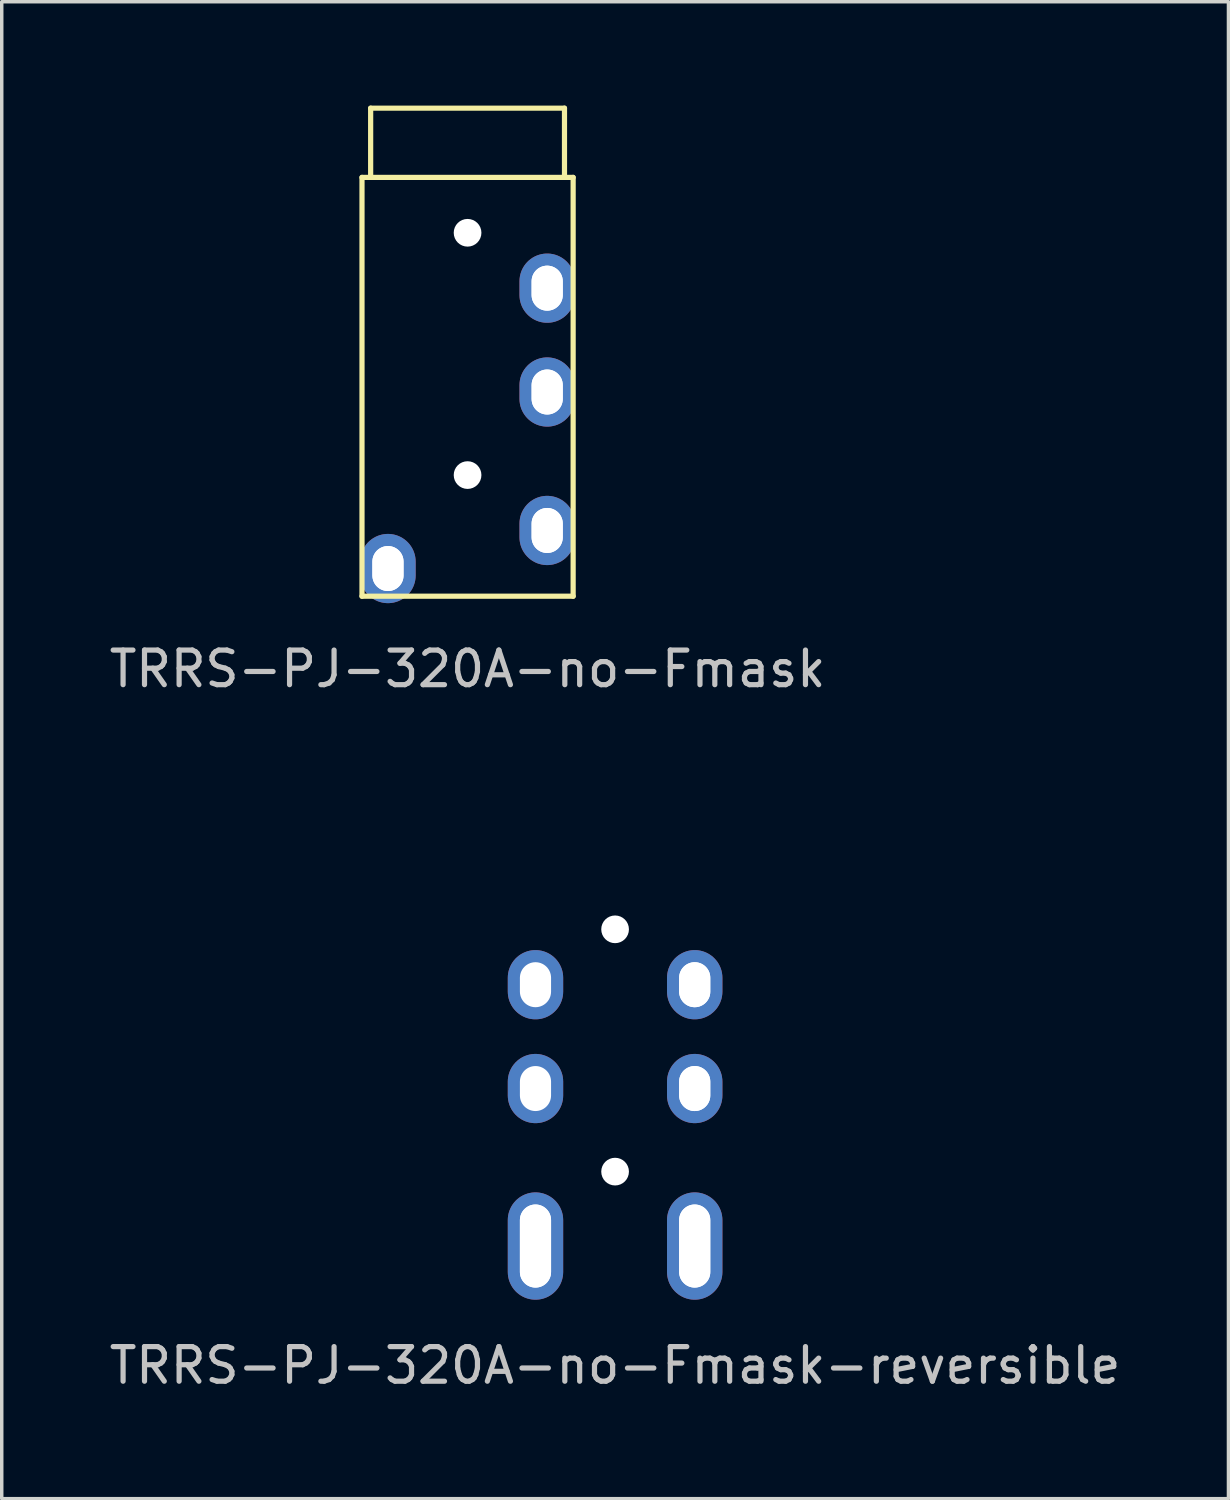
<source format=kicad_pcb>
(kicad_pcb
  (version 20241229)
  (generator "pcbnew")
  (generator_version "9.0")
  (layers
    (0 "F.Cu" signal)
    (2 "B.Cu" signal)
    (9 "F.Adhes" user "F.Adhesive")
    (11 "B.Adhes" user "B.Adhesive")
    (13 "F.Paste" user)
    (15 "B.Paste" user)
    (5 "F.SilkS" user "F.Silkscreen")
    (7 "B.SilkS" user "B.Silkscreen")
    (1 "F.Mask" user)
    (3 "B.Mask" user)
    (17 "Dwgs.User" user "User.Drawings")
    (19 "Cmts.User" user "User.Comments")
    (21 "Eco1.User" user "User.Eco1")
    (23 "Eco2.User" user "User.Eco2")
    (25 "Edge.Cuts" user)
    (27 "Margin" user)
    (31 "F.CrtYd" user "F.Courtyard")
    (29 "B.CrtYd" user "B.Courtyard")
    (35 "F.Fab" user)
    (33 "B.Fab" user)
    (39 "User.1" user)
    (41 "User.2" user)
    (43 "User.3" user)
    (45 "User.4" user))
  (footprint "TRRS-PJ-320A-no-Fmask-reversible"
    (layer "F.Cu")
    (at 14.72 22.198)
    (property "Reference" "TRRS-PJ-320A-no-Fmask-reversible" (at 0 14.2 0) (layer "Dwgs.User") (effects (font (size 1 1) (thickness 0.15))))
    (attr through_hole)
    (fp_line (start -3.05 0) (end -3.05 12.1) (stroke (width 0.15) (type solid)) (layer "User.1"))
    (fp_line (start -2.8 0) (end -2.8 -2) (stroke (width 0.15) (type solid)) (layer "User.1"))
    (fp_line (start 2.8 -2) (end -2.8 -2) (stroke (width 0.15) (type solid)) (layer "User.1"))
    (fp_line (start 2.8 0) (end 2.8 -2) (stroke (width 0.15) (type solid)) (layer "User.1"))
    (fp_line (start 3.05 0) (end -3.05 0) (stroke (width 0.15) (type solid)) (layer "User.1"))
    (fp_line (start 3.05 0) (end 3.05 12.1) (stroke (width 0.15) (type solid)) (layer "User.1"))
    (fp_line (start 3.05 12.1) (end -3.05 12.1) (stroke (width 0.15) (type solid)) (layer "User.1"))
    (pad "" np_thru_hole circle (at 0 1.6) (size 0.8 0.8) (drill 0.8) (layers "*.Cu" "*.Mask"))
    (pad "" np_thru_hole circle (at 0 8.6) (size 0.8 0.8) (drill 0.8) (layers "*.Cu" "*.Mask"))
    (pad "R1" thru_hole oval (at -2.3 6.2) (size 1.6 2) (drill oval 0.9 1.3) (layers "*.Cu" "B.Mask"))
    (pad "R1" thru_hole oval (at 2.3 6.2) (size 1 1.4) (drill oval 0.9 1.3) (layers "*.Cu" "F.Mask"))
    (pad "R1" thru_hole oval (at 2.3 6.2) (size 1.6 2) (drill oval 0.9 1.3) (layers "*.Cu" "B.Mask"))
    (pad "R2" thru_hole oval (at -2.3 3.2) (size 1.6 2) (drill oval 0.9 1.3) (layers "*.Cu" "B.Mask"))
    (pad "R2" thru_hole oval (at 2.3 3.2) (size 1 1.4) (drill oval 0.9 1.3) (layers "*.Cu" "F.Mask"))
    (pad "R2" thru_hole oval (at 2.3 3.2) (size 1.6 2) (drill oval 0.9 1.3) (layers "*.Cu" "B.Mask"))
    (pad "S" thru_hole oval (at -2.3 10.75) (size 1 2.5) (drill oval 0.9 2.4) (layers "*.Cu" "F.Mask"))
    (pad "S" thru_hole oval (at -2.3 10.75) (size 1.6 3.1) (drill oval 0.9 2.4) (layers "*.Cu" "B.Mask"))
    (pad "T" thru_hole oval (at 2.3 10.75) (size 1 2.5) (drill oval 0.9 2.4) (layers "*.Cu" "F.Mask"))
    (pad "T" thru_hole oval (at 2.3 10.75) (size 1.6 3.1) (drill oval 0.9 2.4) (layers "*.Cu" "B.Mask")))
  (footprint "TRRS-PJ-320A-no-Fmask"
    (layer "F.Cu")
    (at 10.458 2.075)
    (property "Reference" "TRRS-PJ-320A-no-Fmask" (at 0 14.2 0) (layer "Dwgs.User") (effects (font (size 1 1) (thickness 0.15))))
    (attr through_hole)
    (fp_line (start -3.05 0) (end -3.05 12.1) (stroke (width 0.15) (type solid)) (layer "F.SilkS"))
    (fp_line (start -2.8 0) (end -2.8 -2) (stroke (width 0.15) (type solid)) (layer "F.SilkS"))
    (fp_line (start 2.8 -2) (end -2.8 -2) (stroke (width 0.15) (type solid)) (layer "F.SilkS"))
    (fp_line (start 2.8 0) (end 2.8 -2) (stroke (width 0.15) (type solid)) (layer "F.SilkS"))
    (fp_line (start 3.05 0) (end -3.05 0) (stroke (width 0.15) (type solid)) (layer "F.SilkS"))
    (fp_line (start 3.05 0) (end 3.05 12.1) (stroke (width 0.15) (type solid)) (layer "F.SilkS"))
    (fp_line (start 3.05 12.1) (end -3.05 12.1) (stroke (width 0.15) (type solid)) (layer "F.SilkS"))
    (pad "" np_thru_hole circle (at 0 1.6) (size 0.8 0.8) (drill 0.8) (layers "*.Cu" "*.Mask"))
    (pad "" np_thru_hole circle (at 0 8.6) (size 0.8 0.8) (drill 0.8) (layers "*.Cu" "*.Mask"))
    (pad "R1" thru_hole oval (at 2.3 6.2) (size 1 1.4) (drill oval 0.9 1.3) (layers "*.Cu" "F.Mask"))
    (pad "R1" thru_hole oval (at 2.3 6.2) (size 1.6 2) (drill oval 0.9 1.3) (layers "*.Cu" "B.Mask"))
    (pad "R2" thru_hole oval (at 2.3 3.2) (size 1 1.4) (drill oval 0.9 1.3) (layers "*.Cu" "F.Mask"))
    (pad "R2" thru_hole oval (at 2.3 3.2) (size 1.6 2) (drill oval 0.9 1.3) (layers "*.Cu" "B.Mask"))
    (pad "S" thru_hole oval (at -2.3 11.3) (size 1 1.4) (drill oval 0.9 1.3) (layers "*.Cu" "F.Mask"))
    (pad "S" thru_hole oval (at -2.3 11.3) (size 1.6 2) (drill oval 0.9 1.3) (layers "*.Cu" "B.Mask"))
    (pad "T" thru_hole oval (at 2.3 10.2) (size 1 1.4) (drill oval 0.9 1.3) (layers "*.Cu" "F.Mask"))
    (pad "T" thru_hole oval (at 2.3 10.2) (size 1.6 2) (drill oval 0.9 1.3) (layers "*.Cu" "B.Mask")))
  (gr_rect
    (start -3 -3)
    (end 32.44 40.246)
    (stroke (width 0.1) (type default))
    (fill no)
    (layer "Edge.Cuts")))
</source>
